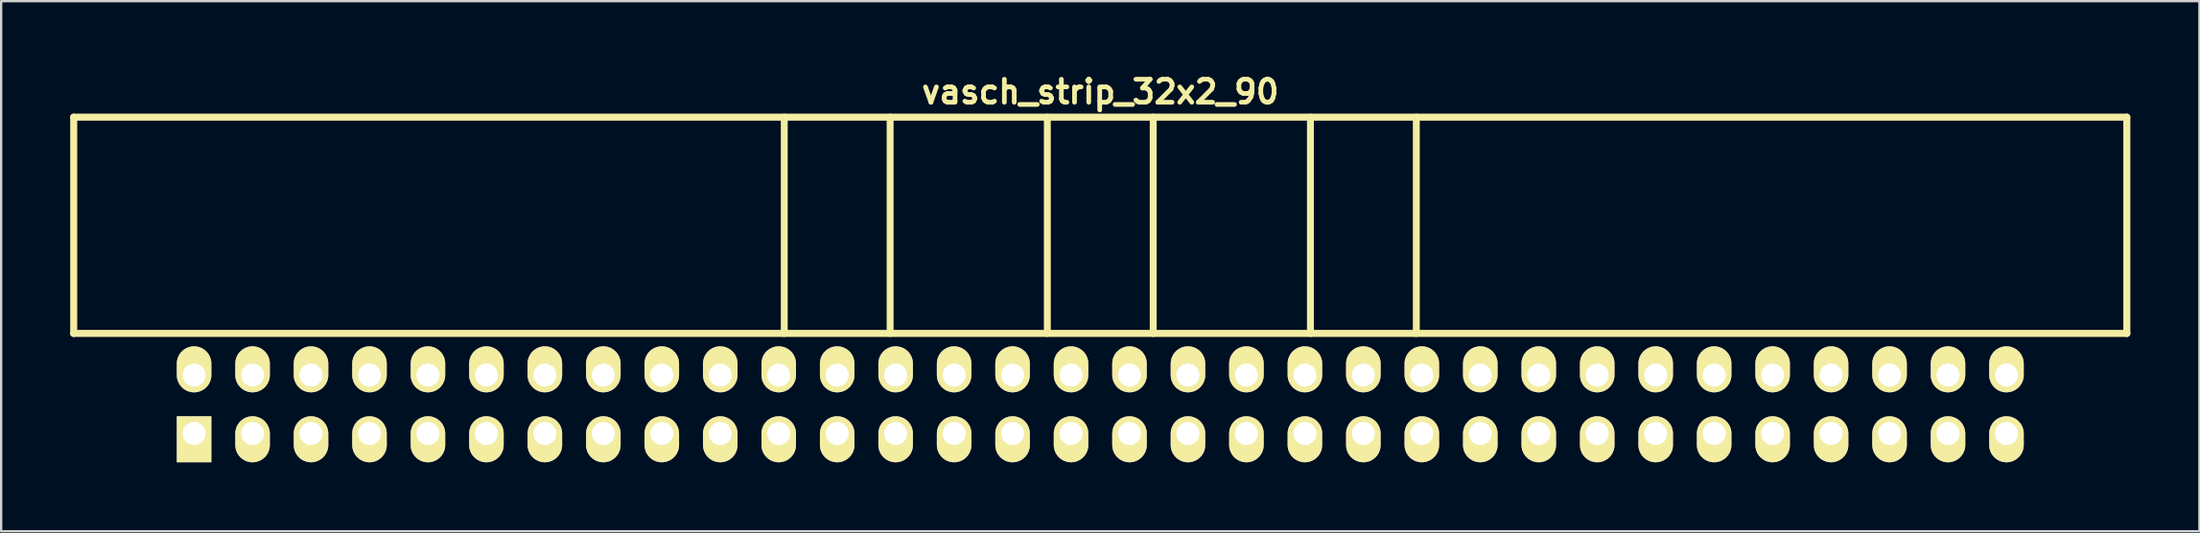
<source format=kicad_pcb>
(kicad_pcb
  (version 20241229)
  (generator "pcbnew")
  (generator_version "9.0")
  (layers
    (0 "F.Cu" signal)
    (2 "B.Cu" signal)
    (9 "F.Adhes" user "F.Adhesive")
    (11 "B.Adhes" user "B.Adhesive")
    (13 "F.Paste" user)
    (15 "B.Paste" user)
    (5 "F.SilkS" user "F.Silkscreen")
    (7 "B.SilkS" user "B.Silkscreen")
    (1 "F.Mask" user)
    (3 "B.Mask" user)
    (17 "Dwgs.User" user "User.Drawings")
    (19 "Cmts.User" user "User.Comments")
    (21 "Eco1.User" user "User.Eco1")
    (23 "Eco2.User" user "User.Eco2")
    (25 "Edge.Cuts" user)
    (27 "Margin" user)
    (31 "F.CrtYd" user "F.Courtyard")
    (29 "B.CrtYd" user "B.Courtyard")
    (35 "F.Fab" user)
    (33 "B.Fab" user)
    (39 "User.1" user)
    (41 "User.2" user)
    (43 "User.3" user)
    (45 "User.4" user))
  (footprint "vasch_strip_32x2_90"
    (layer "F.Cu")
    (at 44.752 9.442)
    (property "Reference" "vasch_strip_32x2_90" (at 0 -8.5 0) (layer "F.SilkS") (effects (font (size 1 1) (thickness 0.203))))
    (attr through_hole)
    (fp_line (start -44.6 -7.4) (end -44.6 2) (stroke (width 0.305) (type solid)) (layer "F.SilkS"))
    (fp_line (start -44.6 2) (end 44.6 2) (stroke (width 0.305) (type solid)) (layer "F.SilkS"))
    (fp_line (start -13.73 -7.4) (end -13.73 2) (stroke (width 0.3) (type solid)) (layer "F.SilkS"))
    (fp_line (start -9.13 -7.4) (end -9.13 2) (stroke (width 0.3) (type solid)) (layer "F.SilkS"))
    (fp_line (start -2.3 -7.4) (end -2.3 2) (stroke (width 0.3) (type solid)) (layer "F.SilkS"))
    (fp_line (start 2.3 -7.4) (end 2.3 2) (stroke (width 0.3) (type solid)) (layer "F.SilkS"))
    (fp_line (start 9.13 -7.4) (end 9.13 2) (stroke (width 0.3) (type solid)) (layer "F.SilkS"))
    (fp_line (start 13.73 -7.4) (end 13.73 2) (stroke (width 0.3) (type solid)) (layer "F.SilkS"))
    (fp_line (start 44.6 -7.4) (end -44.6 -7.4) (stroke (width 0.305) (type solid)) (layer "F.SilkS"))
    (fp_line (start 44.6 -7.4) (end 44.6 2) (stroke (width 0.305) (type solid)) (layer "F.SilkS"))
    (pad "1" thru_hole rect (at -39.37 6.35) (size 1.5 2) (drill 1 (offset 0 0.25)) (layers "*.Cu" "*.Mask" "F.SilkS"))
    (pad "2" thru_hole oval (at -39.37 3.81) (size 1.5 2) (drill 1 (offset 0 -0.25)) (layers "*.Cu" "*.Mask" "F.SilkS"))
    (pad "3" thru_hole oval (at -36.83 6.35) (size 1.5 2) (drill 1 (offset 0 0.25)) (layers "*.Cu" "*.Mask" "F.SilkS"))
    (pad "4" thru_hole oval (at -36.83 3.81) (size 1.5 2) (drill 1 (offset 0 -0.25)) (layers "*.Cu" "*.Mask" "F.SilkS"))
    (pad "5" thru_hole oval (at -34.29 6.35) (size 1.5 2) (drill 1 (offset 0 0.25)) (layers "*.Cu" "*.Mask" "F.SilkS"))
    (pad "6" thru_hole oval (at -34.29 3.81) (size 1.5 2) (drill 1 (offset 0 -0.25)) (layers "*.Cu" "*.Mask" "F.SilkS"))
    (pad "7" thru_hole oval (at -31.75 6.35) (size 1.5 2) (drill 1 (offset 0 0.25)) (layers "*.Cu" "*.Mask" "F.SilkS"))
    (pad "8" thru_hole oval (at -31.75 3.81) (size 1.5 2) (drill 1 (offset 0 -0.25)) (layers "*.Cu" "*.Mask" "F.SilkS"))
    (pad "9" thru_hole oval (at -29.21 6.35) (size 1.5 2) (drill 1 (offset 0 0.25)) (layers "*.Cu" "*.Mask" "F.SilkS"))
    (pad "10" thru_hole oval (at -29.21 3.81) (size 1.5 2) (drill 1 (offset 0 -0.25)) (layers "*.Cu" "*.Mask" "F.SilkS"))
    (pad "11" thru_hole oval (at -26.67 6.35) (size 1.5 2) (drill 1 (offset 0 0.25)) (layers "*.Cu" "*.Mask" "F.SilkS"))
    (pad "12" thru_hole oval (at -26.67 3.81) (size 1.5 2) (drill 1 (offset 0 -0.25)) (layers "*.Cu" "*.Mask" "F.SilkS"))
    (pad "13" thru_hole oval (at -24.13 6.35) (size 1.5 2) (drill 1 (offset 0 0.25)) (layers "*.Cu" "*.Mask" "F.SilkS"))
    (pad "14" thru_hole oval (at -24.13 3.81) (size 1.5 2) (drill 1 (offset 0 -0.25)) (layers "*.Cu" "*.Mask" "F.SilkS"))
    (pad "15" thru_hole oval (at -21.59 6.35) (size 1.5 2) (drill 1 (offset 0 0.25)) (layers "*.Cu" "*.Mask" "F.SilkS"))
    (pad "16" thru_hole oval (at -21.59 3.81) (size 1.5 2) (drill 1 (offset 0 -0.25)) (layers "*.Cu" "*.Mask" "F.SilkS"))
    (pad "17" thru_hole oval (at -19.05 6.35) (size 1.5 2) (drill 1 (offset 0 0.25)) (layers "*.Cu" "*.Mask" "F.SilkS"))
    (pad "18" thru_hole oval (at -19.05 3.81) (size 1.5 2) (drill 1 (offset 0 -0.25)) (layers "*.Cu" "*.Mask" "F.SilkS"))
    (pad "19" thru_hole oval (at -16.51 6.35) (size 1.5 2) (drill 1 (offset 0 0.25)) (layers "*.Cu" "*.Mask" "F.SilkS"))
    (pad "20" thru_hole oval (at -16.51 3.81) (size 1.5 2) (drill 1 (offset 0 -0.25)) (layers "*.Cu" "*.Mask" "F.SilkS"))
    (pad "21" thru_hole oval (at -13.97 6.35) (size 1.5 2) (drill 1 (offset 0 0.25)) (layers "*.Cu" "*.Mask" "F.SilkS"))
    (pad "22" thru_hole oval (at -13.97 3.81) (size 1.5 2) (drill 1 (offset 0 -0.25)) (layers "*.Cu" "*.Mask" "F.SilkS"))
    (pad "23" thru_hole oval (at -11.43 6.35) (size 1.5 2) (drill 1 (offset 0 0.25)) (layers "*.Cu" "*.Mask" "F.SilkS"))
    (pad "24" thru_hole oval (at -11.43 3.81) (size 1.5 2) (drill 1 (offset 0 -0.25)) (layers "*.Cu" "*.Mask" "F.SilkS"))
    (pad "25" thru_hole oval (at -8.89 6.35) (size 1.5 2) (drill 1 (offset 0 0.25)) (layers "*.Cu" "*.Mask" "F.SilkS"))
    (pad "26" thru_hole oval (at -8.89 3.81) (size 1.5 2) (drill 1 (offset 0 -0.25)) (layers "*.Cu" "*.Mask" "F.SilkS"))
    (pad "27" thru_hole oval (at -6.35 6.35) (size 1.5 2) (drill 1 (offset 0 0.25)) (layers "*.Cu" "*.Mask" "F.SilkS"))
    (pad "28" thru_hole oval (at -6.35 3.81) (size 1.5 2) (drill 1 (offset 0 -0.25)) (layers "*.Cu" "*.Mask" "F.SilkS"))
    (pad "29" thru_hole oval (at -3.81 6.35) (size 1.5 2) (drill 1 (offset 0 0.25)) (layers "*.Cu" "*.Mask" "F.SilkS"))
    (pad "30" thru_hole oval (at -3.81 3.81) (size 1.5 2) (drill 1 (offset 0 -0.25)) (layers "*.Cu" "*.Mask" "F.SilkS"))
    (pad "31" thru_hole oval (at -1.27 6.35) (size 1.5 2) (drill 1 (offset 0 0.25)) (layers "*.Cu" "*.Mask" "F.SilkS"))
    (pad "32" thru_hole oval (at -1.27 3.81) (size 1.5 2) (drill 1 (offset 0 -0.25)) (layers "*.Cu" "*.Mask" "F.SilkS"))
    (pad "33" thru_hole oval (at 1.27 6.35) (size 1.5 2) (drill 1 (offset 0 0.25)) (layers "*.Cu" "*.Mask" "F.SilkS"))
    (pad "34" thru_hole oval (at 1.27 3.81) (size 1.5 2) (drill 1 (offset 0 -0.25)) (layers "*.Cu" "*.Mask" "F.SilkS"))
    (pad "35" thru_hole oval (at 3.81 6.35) (size 1.5 2) (drill 1 (offset 0 0.25)) (layers "*.Cu" "*.Mask" "F.SilkS"))
    (pad "36" thru_hole oval (at 3.81 3.81) (size 1.5 2) (drill 1 (offset 0 -0.25)) (layers "*.Cu" "*.Mask" "F.SilkS"))
    (pad "37" thru_hole oval (at 6.35 6.35) (size 1.5 2) (drill 1 (offset 0 0.25)) (layers "*.Cu" "*.Mask" "F.SilkS"))
    (pad "38" thru_hole oval (at 6.35 3.81) (size 1.5 2) (drill 1 (offset 0 -0.25)) (layers "*.Cu" "*.Mask" "F.SilkS"))
    (pad "39" thru_hole oval (at 8.89 6.35) (size 1.5 2) (drill 1 (offset 0 0.25)) (layers "*.Cu" "*.Mask" "F.SilkS"))
    (pad "40" thru_hole oval (at 8.89 3.81) (size 1.5 2) (drill 1 (offset 0 -0.25)) (layers "*.Cu" "*.Mask" "F.SilkS"))
    (pad "41" thru_hole oval (at 11.43 6.35) (size 1.5 2) (drill 1 (offset 0 0.25)) (layers "*.Cu" "*.Mask" "F.SilkS"))
    (pad "42" thru_hole oval (at 11.43 3.81) (size 1.5 2) (drill 1 (offset 0 -0.25)) (layers "*.Cu" "*.Mask" "F.SilkS"))
    (pad "43" thru_hole oval (at 13.97 6.35) (size 1.5 2) (drill 1 (offset 0 0.25)) (layers "*.Cu" "*.Mask" "F.SilkS"))
    (pad "44" thru_hole oval (at 13.97 3.81) (size 1.5 2) (drill 1 (offset 0 -0.25)) (layers "*.Cu" "*.Mask" "F.SilkS"))
    (pad "45" thru_hole oval (at 16.51 6.35) (size 1.5 2) (drill 1 (offset 0 0.25)) (layers "*.Cu" "*.Mask" "F.SilkS"))
    (pad "46" thru_hole oval (at 16.51 3.81) (size 1.5 2) (drill 1 (offset 0 -0.25)) (layers "*.Cu" "*.Mask" "F.SilkS"))
    (pad "47" thru_hole oval (at 19.05 6.35) (size 1.5 2) (drill 1 (offset 0 0.25)) (layers "*.Cu" "*.Mask" "F.SilkS"))
    (pad "48" thru_hole oval (at 19.05 3.81) (size 1.5 2) (drill 1 (offset 0 -0.25)) (layers "*.Cu" "*.Mask" "F.SilkS"))
    (pad "49" thru_hole oval (at 21.59 6.35) (size 1.5 2) (drill 1 (offset 0 0.25)) (layers "*.Cu" "*.Mask" "F.SilkS"))
    (pad "50" thru_hole oval (at 21.59 3.81) (size 1.5 2) (drill 1 (offset 0 -0.25)) (layers "*.Cu" "*.Mask" "F.SilkS"))
    (pad "51" thru_hole oval (at 24.13 6.35) (size 1.5 2) (drill 1 (offset 0 0.25)) (layers "*.Cu" "*.Mask" "F.SilkS"))
    (pad "52" thru_hole oval (at 24.13 3.81) (size 1.5 2) (drill 1 (offset 0 -0.25)) (layers "*.Cu" "*.Mask" "F.SilkS"))
    (pad "53" thru_hole oval (at 26.67 6.35) (size 1.5 2) (drill 1 (offset 0 0.25)) (layers "*.Cu" "*.Mask" "F.SilkS"))
    (pad "54" thru_hole oval (at 26.67 3.81) (size 1.5 2) (drill 1 (offset 0 -0.25)) (layers "*.Cu" "*.Mask" "F.SilkS"))
    (pad "55" thru_hole oval (at 29.21 6.35) (size 1.5 2) (drill 1 (offset 0 0.25)) (layers "*.Cu" "*.Mask" "F.SilkS"))
    (pad "56" thru_hole oval (at 29.21 3.81) (size 1.5 2) (drill 1 (offset 0 -0.25)) (layers "*.Cu" "*.Mask" "F.SilkS"))
    (pad "57" thru_hole oval (at 31.75 6.35) (size 1.5 2) (drill 1 (offset 0 0.25)) (layers "*.Cu" "*.Mask" "F.SilkS"))
    (pad "58" thru_hole oval (at 31.75 3.81) (size 1.5 2) (drill 1 (offset 0 -0.25)) (layers "*.Cu" "*.Mask" "F.SilkS"))
    (pad "59" thru_hole oval (at 34.29 6.35) (size 1.5 2) (drill 1 (offset 0 0.25)) (layers "*.Cu" "*.Mask" "F.SilkS"))
    (pad "60" thru_hole oval (at 34.29 3.81) (size 1.5 2) (drill 1 (offset 0 -0.25)) (layers "*.Cu" "*.Mask" "F.SilkS"))
    (pad "61" thru_hole oval (at 36.83 6.35) (size 1.5 2) (drill 1 (offset 0 0.25)) (layers "*.Cu" "*.Mask" "F.SilkS"))
    (pad "62" thru_hole oval (at 36.83 3.81) (size 1.5 2) (drill 1 (offset 0 -0.25)) (layers "*.Cu" "*.Mask" "F.SilkS"))
    (pad "63" thru_hole oval (at 39.37 6.35) (size 1.5 2) (drill 1 (offset 0 0.25)) (layers "*.Cu" "*.Mask" "F.SilkS"))
    (pad "64" thru_hole oval (at 39.37 3.81) (size 1.5 2) (drill 1 (offset 0 -0.25)) (layers "*.Cu" "*.Mask" "F.SilkS")))
  (gr_rect
    (start -3 -3)
    (end 92.505 20.042)
    (stroke (width 0.1) (type default))
    (fill no)
    (layer "Edge.Cuts")))
</source>
